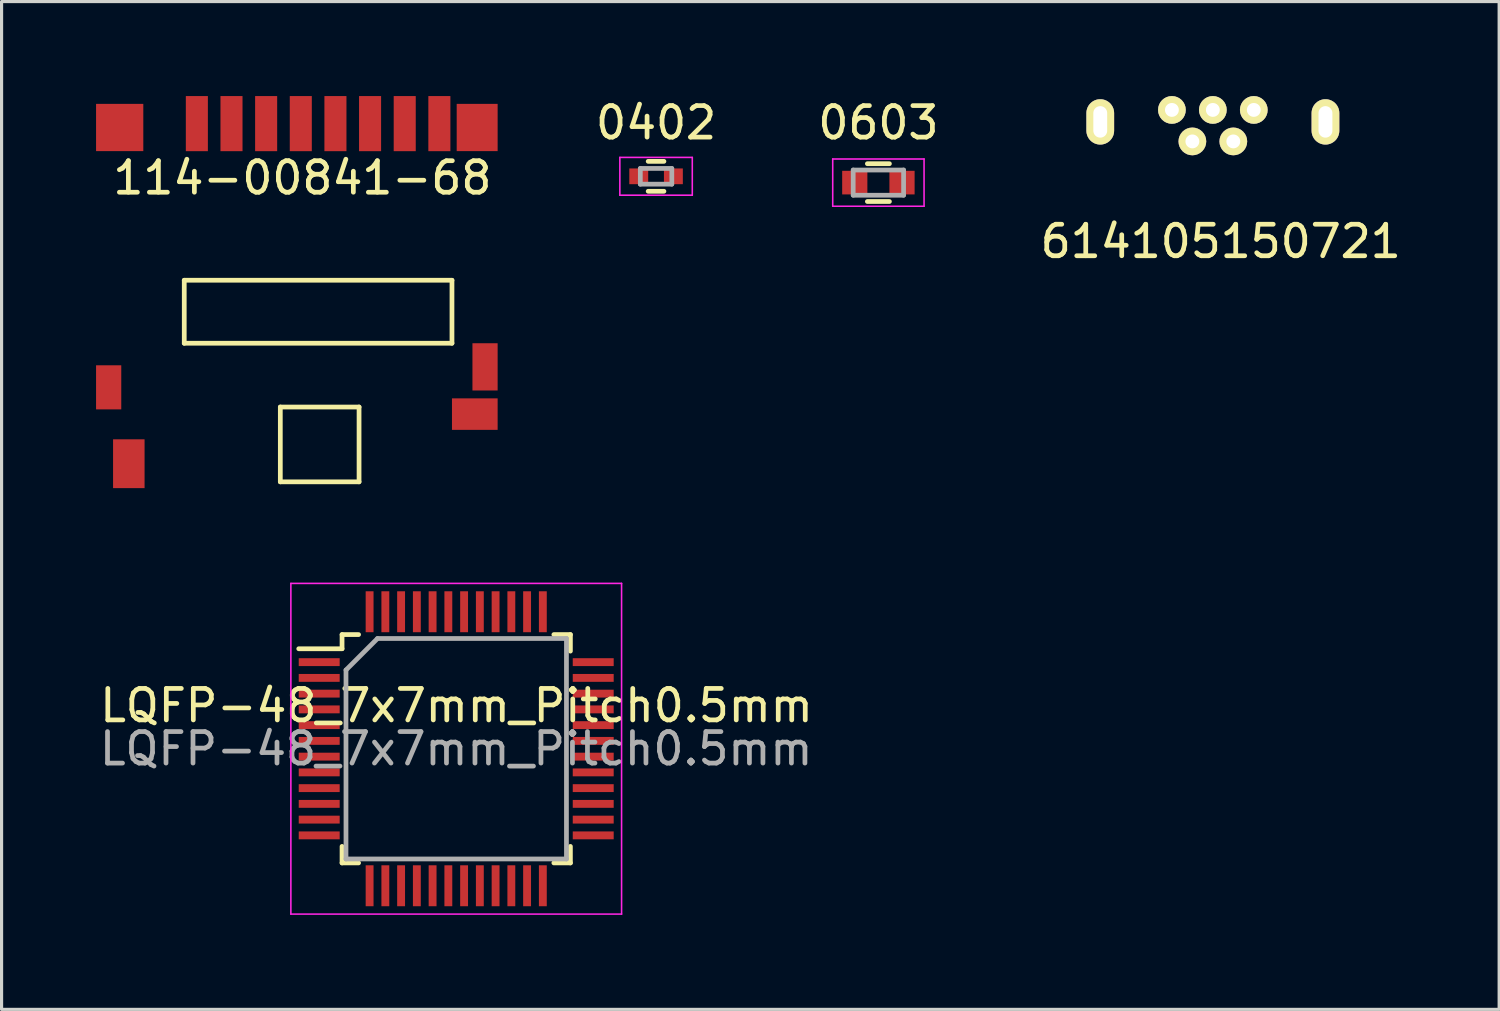
<source format=kicad_pcb>
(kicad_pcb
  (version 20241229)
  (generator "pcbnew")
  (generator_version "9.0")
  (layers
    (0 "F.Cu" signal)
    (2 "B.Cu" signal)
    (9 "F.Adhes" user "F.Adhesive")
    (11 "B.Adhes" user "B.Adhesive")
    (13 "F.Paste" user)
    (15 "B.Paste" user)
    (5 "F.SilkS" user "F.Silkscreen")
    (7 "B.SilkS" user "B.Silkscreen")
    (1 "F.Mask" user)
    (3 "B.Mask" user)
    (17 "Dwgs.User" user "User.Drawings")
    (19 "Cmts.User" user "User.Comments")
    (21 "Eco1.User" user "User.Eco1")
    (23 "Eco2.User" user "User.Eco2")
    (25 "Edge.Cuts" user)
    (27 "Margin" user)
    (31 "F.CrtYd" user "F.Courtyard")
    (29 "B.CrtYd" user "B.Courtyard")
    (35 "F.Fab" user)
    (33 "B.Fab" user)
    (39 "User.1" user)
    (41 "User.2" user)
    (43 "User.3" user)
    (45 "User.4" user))
  (footprint "LQFP-48_7x7mm_Pitch0.5mm"
    (layer "F.Cu")
    (at 11.435 20.723)
    (property "Reference" "LQFP-48_7x7mm_Pitch0.5mm" (at 0.01 -1.37 0) (layer "F.SilkS") (effects (font (size 1 1) (thickness 0.15))))
    (attr smd)
    (fp_line (start -3.625 -3.625) (end -3.625 -3.175) (stroke (width 0.15) (type solid)) (layer "F.SilkS"))
    (fp_line (start -3.625 -3.625) (end -3.1 -3.625) (stroke (width 0.15) (type solid)) (layer "F.SilkS"))
    (fp_line (start -3.625 -3.175) (end -5 -3.175) (stroke (width 0.15) (type solid)) (layer "F.SilkS"))
    (fp_line (start -3.625 3.625) (end -3.625 3.1) (stroke (width 0.15) (type solid)) (layer "F.SilkS"))
    (fp_line (start -3.625 3.625) (end -3.1 3.625) (stroke (width 0.15) (type solid)) (layer "F.SilkS"))
    (fp_line (start 3.625 -3.625) (end 3.1 -3.625) (stroke (width 0.15) (type solid)) (layer "F.SilkS"))
    (fp_line (start 3.625 -3.625) (end 3.625 -3.1) (stroke (width 0.15) (type solid)) (layer "F.SilkS"))
    (fp_line (start 3.625 3.625) (end 3.1 3.625) (stroke (width 0.15) (type solid)) (layer "F.SilkS"))
    (fp_line (start 3.625 3.625) (end 3.625 3.1) (stroke (width 0.15) (type solid)) (layer "F.SilkS"))
    (fp_line (start -5.25 -5.25) (end -5.25 5.25) (stroke (width 0.05) (type solid)) (layer "F.CrtYd"))
    (fp_line (start -5.25 -5.25) (end 5.25 -5.25) (stroke (width 0.05) (type solid)) (layer "F.CrtYd"))
    (fp_line (start -5.25 5.25) (end 5.25 5.25) (stroke (width 0.05) (type solid)) (layer "F.CrtYd"))
    (fp_line (start 5.25 -5.25) (end 5.25 5.25) (stroke (width 0.05) (type solid)) (layer "F.CrtYd"))
    (fp_line (start -3.5 -2.5) (end -2.5 -3.5) (stroke (width 0.15) (type solid)) (layer "F.Fab"))
    (fp_line (start -3.5 3.5) (end -3.5 -2.5) (stroke (width 0.15) (type solid)) (layer "F.Fab"))
    (fp_line (start -2.5 -3.5) (end 3.5 -3.5) (stroke (width 0.15) (type solid)) (layer "F.Fab"))
    (fp_line (start 3.5 -3.5) (end 3.5 3.5) (stroke (width 0.15) (type solid)) (layer "F.Fab"))
    (fp_line (start 3.5 3.5) (end -3.5 3.5) (stroke (width 0.15) (type solid)) (layer "F.Fab"))
    (fp_text user "${REFERENCE}" (at 0 0 0) (layer "F.Fab") (effects (font (size 1 1) (thickness 0.15))))
    (pad "1" smd rect (at -4.35 -2.75) (size 1.3 0.25) (layers "F.Cu" "F.Mask" "F.Paste"))
    (pad "2" smd rect (at -4.35 -2.25) (size 1.3 0.25) (layers "F.Cu" "F.Mask" "F.Paste"))
    (pad "3" smd rect (at -4.35 -1.75) (size 1.3 0.25) (layers "F.Cu" "F.Mask" "F.Paste"))
    (pad "4" smd rect (at -4.35 -1.25) (size 1.3 0.25) (layers "F.Cu" "F.Mask" "F.Paste"))
    (pad "5" smd rect (at -4.35 -0.75) (size 1.3 0.25) (layers "F.Cu" "F.Mask" "F.Paste"))
    (pad "6" smd rect (at -4.35 -0.25) (size 1.3 0.25) (layers "F.Cu" "F.Mask" "F.Paste"))
    (pad "7" smd rect (at -4.35 0.25) (size 1.3 0.25) (layers "F.Cu" "F.Mask" "F.Paste"))
    (pad "8" smd rect (at -4.35 0.75) (size 1.3 0.25) (layers "F.Cu" "F.Mask" "F.Paste"))
    (pad "9" smd rect (at -4.35 1.25) (size 1.3 0.25) (layers "F.Cu" "F.Mask" "F.Paste"))
    (pad "10" smd rect (at -4.35 1.75) (size 1.3 0.25) (layers "F.Cu" "F.Mask" "F.Paste"))
    (pad "11" smd rect (at -4.35 2.25) (size 1.3 0.25) (layers "F.Cu" "F.Mask" "F.Paste"))
    (pad "12" smd rect (at -4.35 2.75) (size 1.3 0.25) (layers "F.Cu" "F.Mask" "F.Paste"))
    (pad "13" smd rect (at -2.75 4.35 90) (size 1.3 0.25) (layers "F.Cu" "F.Mask" "F.Paste"))
    (pad "14" smd rect (at -2.25 4.35 90) (size 1.3 0.25) (layers "F.Cu" "F.Mask" "F.Paste"))
    (pad "15" smd rect (at -1.75 4.35 90) (size 1.3 0.25) (layers "F.Cu" "F.Mask" "F.Paste"))
    (pad "16" smd rect (at -1.25 4.35 90) (size 1.3 0.25) (layers "F.Cu" "F.Mask" "F.Paste"))
    (pad "17" smd rect (at -0.75 4.35 90) (size 1.3 0.25) (layers "F.Cu" "F.Mask" "F.Paste"))
    (pad "18" smd rect (at -0.25 4.35 90) (size 1.3 0.25) (layers "F.Cu" "F.Mask" "F.Paste"))
    (pad "19" smd rect (at 0.25 4.35 90) (size 1.3 0.25) (layers "F.Cu" "F.Mask" "F.Paste"))
    (pad "20" smd rect (at 0.75 4.35 90) (size 1.3 0.25) (layers "F.Cu" "F.Mask" "F.Paste"))
    (pad "21" smd rect (at 1.25 4.35 90) (size 1.3 0.25) (layers "F.Cu" "F.Mask" "F.Paste"))
    (pad "22" smd rect (at 1.75 4.35 90) (size 1.3 0.25) (layers "F.Cu" "F.Mask" "F.Paste"))
    (pad "23" smd rect (at 2.25 4.35 90) (size 1.3 0.25) (layers "F.Cu" "F.Mask" "F.Paste"))
    (pad "24" smd rect (at 2.75 4.35 90) (size 1.3 0.25) (layers "F.Cu" "F.Mask" "F.Paste"))
    (pad "25" smd rect (at 4.35 2.75) (size 1.3 0.25) (layers "F.Cu" "F.Mask" "F.Paste"))
    (pad "26" smd rect (at 4.35 2.25) (size 1.3 0.25) (layers "F.Cu" "F.Mask" "F.Paste"))
    (pad "27" smd rect (at 4.35 1.75) (size 1.3 0.25) (layers "F.Cu" "F.Mask" "F.Paste"))
    (pad "28" smd rect (at 4.35 1.25) (size 1.3 0.25) (layers "F.Cu" "F.Mask" "F.Paste"))
    (pad "29" smd rect (at 4.35 0.75) (size 1.3 0.25) (layers "F.Cu" "F.Mask" "F.Paste"))
    (pad "30" smd rect (at 4.35 0.25) (size 1.3 0.25) (layers "F.Cu" "F.Mask" "F.Paste"))
    (pad "31" smd rect (at 4.35 -0.25) (size 1.3 0.25) (layers "F.Cu" "F.Mask" "F.Paste"))
    (pad "32" smd rect (at 4.35 -0.75) (size 1.3 0.25) (layers "F.Cu" "F.Mask" "F.Paste"))
    (pad "33" smd rect (at 4.35 -1.25) (size 1.3 0.25) (layers "F.Cu" "F.Mask" "F.Paste"))
    (pad "34" smd rect (at 4.35 -1.75) (size 1.3 0.25) (layers "F.Cu" "F.Mask" "F.Paste"))
    (pad "35" smd rect (at 4.35 -2.25) (size 1.3 0.25) (layers "F.Cu" "F.Mask" "F.Paste"))
    (pad "36" smd rect (at 4.35 -2.75) (size 1.3 0.25) (layers "F.Cu" "F.Mask" "F.Paste"))
    (pad "37" smd rect (at 2.75 -4.35 90) (size 1.3 0.25) (layers "F.Cu" "F.Mask" "F.Paste"))
    (pad "38" smd rect (at 2.25 -4.35 90) (size 1.3 0.25) (layers "F.Cu" "F.Mask" "F.Paste"))
    (pad "39" smd rect (at 1.75 -4.35 90) (size 1.3 0.25) (layers "F.Cu" "F.Mask" "F.Paste"))
    (pad "40" smd rect (at 1.25 -4.35 90) (size 1.3 0.25) (layers "F.Cu" "F.Mask" "F.Paste"))
    (pad "41" smd rect (at 0.75 -4.35 90) (size 1.3 0.25) (layers "F.Cu" "F.Mask" "F.Paste"))
    (pad "42" smd rect (at 0.25 -4.35 90) (size 1.3 0.25) (layers "F.Cu" "F.Mask" "F.Paste"))
    (pad "43" smd rect (at -0.25 -4.35 90) (size 1.3 0.25) (layers "F.Cu" "F.Mask" "F.Paste"))
    (pad "44" smd rect (at -0.75 -4.35 90) (size 1.3 0.25) (layers "F.Cu" "F.Mask" "F.Paste"))
    (pad "45" smd rect (at -1.25 -4.35 90) (size 1.3 0.25) (layers "F.Cu" "F.Mask" "F.Paste"))
    (pad "46" smd rect (at -1.75 -4.35 90) (size 1.3 0.25) (layers "F.Cu" "F.Mask" "F.Paste"))
    (pad "47" smd rect (at -2.25 -4.35 90) (size 1.3 0.25) (layers "F.Cu" "F.Mask" "F.Paste"))
    (pad "48" smd rect (at -2.75 -4.35 90) (size 1.3 0.25) (layers "F.Cu" "F.Mask" "F.Paste")))
  (footprint "0603"
    (layer "F.Cu")
    (at 24.839 2.748)
    (property "Reference" "0603" (at 0 -1.9 0) (layer "F.SilkS") (effects (font (size 1 1) (thickness 0.15))))
    (attr smd)
    (fp_line (start -0.35 -0.6) (end 0.35 -0.6) (stroke (width 0.15) (type solid)) (layer "F.SilkS"))
    (fp_line (start 0.35 0.6) (end -0.35 0.6) (stroke (width 0.15) (type solid)) (layer "F.SilkS"))
    (fp_line (start -1.45 -0.75) (end -1.45 0.75) (stroke (width 0.05) (type solid)) (layer "F.CrtYd"))
    (fp_line (start -1.45 -0.75) (end 1.45 -0.75) (stroke (width 0.05) (type solid)) (layer "F.CrtYd"))
    (fp_line (start -1.45 0.75) (end 1.45 0.75) (stroke (width 0.05) (type solid)) (layer "F.CrtYd"))
    (fp_line (start 1.45 -0.75) (end 1.45 0.75) (stroke (width 0.05) (type solid)) (layer "F.CrtYd"))
    (fp_line (start -0.8 -0.4) (end 0.8 -0.4) (stroke (width 0.15) (type solid)) (layer "F.Fab"))
    (fp_line (start -0.8 0.4) (end -0.8 -0.4) (stroke (width 0.15) (type solid)) (layer "F.Fab"))
    (fp_line (start 0.8 -0.4) (end 0.8 0.4) (stroke (width 0.15) (type solid)) (layer "F.Fab"))
    (fp_line (start 0.8 0.4) (end -0.8 0.4) (stroke (width 0.15) (type solid)) (layer "F.Fab"))
    (pad "1" smd rect (at -0.75 0) (size 0.8 0.75) (layers "F.Cu" "F.Mask" "F.Paste"))
    (pad "2" smd rect (at 0.75 0) (size 0.8 0.75) (layers "F.Cu" "F.Mask" "F.Paste")))
  (footprint "0402"
    (layer "F.Cu")
    (at 17.78 2.548)
    (property "Reference" "0402" (at 0 -1.7 0) (layer "F.SilkS") (effects (font (size 1 1) (thickness 0.15))))
    (attr smd)
    (fp_line (start -0.25 0.475) (end 0.25 0.475) (stroke (width 0.15) (type solid)) (layer "F.SilkS"))
    (fp_line (start 0.25 -0.475) (end -0.25 -0.475) (stroke (width 0.15) (type solid)) (layer "F.SilkS"))
    (fp_line (start -1.15 -0.6) (end -1.15 0.6) (stroke (width 0.05) (type solid)) (layer "F.CrtYd"))
    (fp_line (start -1.15 -0.6) (end 1.15 -0.6) (stroke (width 0.05) (type solid)) (layer "F.CrtYd"))
    (fp_line (start -1.15 0.6) (end 1.15 0.6) (stroke (width 0.05) (type solid)) (layer "F.CrtYd"))
    (fp_line (start 1.15 -0.6) (end 1.15 0.6) (stroke (width 0.05) (type solid)) (layer "F.CrtYd"))
    (fp_line (start -0.5 -0.25) (end 0.5 -0.25) (stroke (width 0.15) (type solid)) (layer "F.Fab"))
    (fp_line (start -0.5 0.25) (end -0.5 -0.25) (stroke (width 0.15) (type solid)) (layer "F.Fab"))
    (fp_line (start 0.5 -0.25) (end 0.5 0.25) (stroke (width 0.15) (type solid)) (layer "F.Fab"))
    (fp_line (start 0.5 0.25) (end -0.5 0.25) (stroke (width 0.15) (type solid)) (layer "F.Fab"))
    (pad "1" smd rect (at -0.55 0) (size 0.6 0.5) (layers "F.Cu" "F.Mask" "F.Paste"))
    (pad "2" smd rect (at 0.55 0) (size 0.6 0.5) (layers "F.Cu" "F.Mask" "F.Paste")))
  (footprint "114-00841-68"
    (layer "F.Cu")
    (at 10.9 1.748)
    (property "Reference" "114-00841-68" (at -4.35 0.85 0) (layer "F.SilkS") (effects (font (size 1 1) (thickness 0.15))))
    (attr through_hole)
    (fp_line (start -8.1 4.1) (end 0.4 4.1) (stroke (width 0.15) (type solid)) (layer "F.SilkS"))
    (fp_line (start -8.1 6.1) (end -8.1 4.1) (stroke (width 0.15) (type solid)) (layer "F.SilkS"))
    (fp_line (start -5.05 8.125) (end -5.05 10.5) (stroke (width 0.15) (type solid)) (layer "F.SilkS"))
    (fp_line (start -2.55 8.125) (end -5.05 8.125) (stroke (width 0.15) (type solid)) (layer "F.SilkS"))
    (fp_line (start -2.55 10.5) (end -5.05 10.5) (stroke (width 0.15) (type solid)) (layer "F.SilkS"))
    (fp_line (start -2.55 10.5) (end -2.55 8.125) (stroke (width 0.15) (type solid)) (layer "F.SilkS"))
    (fp_line (start 0.4 6.1) (end -8.1 6.1) (stroke (width 0.15) (type solid)) (layer "F.SilkS"))
    (fp_line (start 0.4 6.1) (end 0.4 4.1) (stroke (width 0.15) (type solid)) (layer "F.SilkS"))
    (pad "" smd rect (at -10.5 7.5) (size 0.8 1.4) (layers "F.Cu" "F.Mask" "F.Paste"))
    (pad "" smd rect (at -10.15 -0.75) (size 1.5 1.5) (layers "F.Cu" "F.Mask" "F.Paste"))
    (pad "" smd rect (at 1.2 -0.75) (size 1.3 1.5) (layers "F.Cu" "F.Mask" "F.Paste"))
    (pad "" smd rect (at 1.45 6.85) (size 0.8 1.5) (layers "F.Cu" "F.Mask" "F.Paste"))
    (pad "1" smd rect (at -7.7 -0.873) (size 0.7 1.75) (layers "F.Cu" "F.Mask" "F.Paste"))
    (pad "2" smd rect (at -6.6 -0.873) (size 0.7 1.75) (layers "F.Cu" "F.Mask" "F.Paste"))
    (pad "3" smd rect (at -5.5 -0.873) (size 0.7 1.75) (layers "F.Cu" "F.Mask" "F.Paste"))
    (pad "4" smd rect (at -4.4 -0.873) (size 0.7 1.75) (layers "F.Cu" "F.Mask" "F.Paste"))
    (pad "5" smd rect (at -3.3 -0.873) (size 0.7 1.75) (layers "F.Cu" "F.Mask" "F.Paste"))
    (pad "6" smd rect (at -9.86 9.925) (size 1 1.55) (layers "F.Cu" "F.Mask" "F.Paste"))
    (pad "6" smd rect (at -2.2 -0.873) (size 0.7 1.75) (layers "F.Cu" "F.Mask" "F.Paste"))
    (pad "6" smd rect (at 1.125 8.35) (size 1.45 1) (layers "F.Cu" "F.Mask" "F.Paste"))
    (pad "7" smd rect (at -1.1 -0.873) (size 0.7 1.75) (layers "F.Cu" "F.Mask" "F.Paste"))
    (pad "8" smd rect (at 0 -0.873) (size 0.7 1.75) (layers "F.Cu" "F.Mask" "F.Paste")))
  (footprint "614105150721"
    (layer "F.Cu")
    (at 35.458 0.44)
    (property "Reference" "614105150721" (at 0.25 4.175 0) (layer "F.SilkS") (effects (font (size 1 1) (thickness 0.15))))
    (attr through_hole)
    (pad "1" thru_hole circle (at -1.3 0) (size 0.88 0.88) (drill 0.44) (layers "*.Cu" "*.Mask" "F.SilkS"))
    (pad "2" thru_hole circle (at -0.65 1) (size 0.88 0.88) (drill 0.44) (layers "*.Cu" "*.Mask" "F.SilkS"))
    (pad "3" thru_hole circle (at 0 0) (size 0.88 0.88) (drill 0.44) (layers "*.Cu" "*.Mask" "F.SilkS"))
    (pad "4" thru_hole circle (at 0.65 1) (size 0.88 0.88) (drill 0.44) (layers "*.Cu" "*.Mask" "F.SilkS"))
    (pad "5" thru_hole circle (at 1.3 0) (size 0.88 0.88) (drill 0.44) (layers "*.Cu" "*.Mask" "F.SilkS"))
    (pad "6" thru_hole oval (at -3.575 0.38) (size 0.88 1.44) (drill oval 0.44 1) (layers "*.Cu" "*.Mask" "F.SilkS"))
    (pad "6" thru_hole oval (at 3.575 0.38) (size 0.88 1.44) (drill oval 0.44 1) (layers "*.Cu" "*.Mask" "F.SilkS")))
  (gr_rect
    (start -3 -3)
    (end 44.548 28.998)
    (stroke (width 0.1) (type default))
    (fill no)
    (layer "Edge.Cuts")))
</source>
